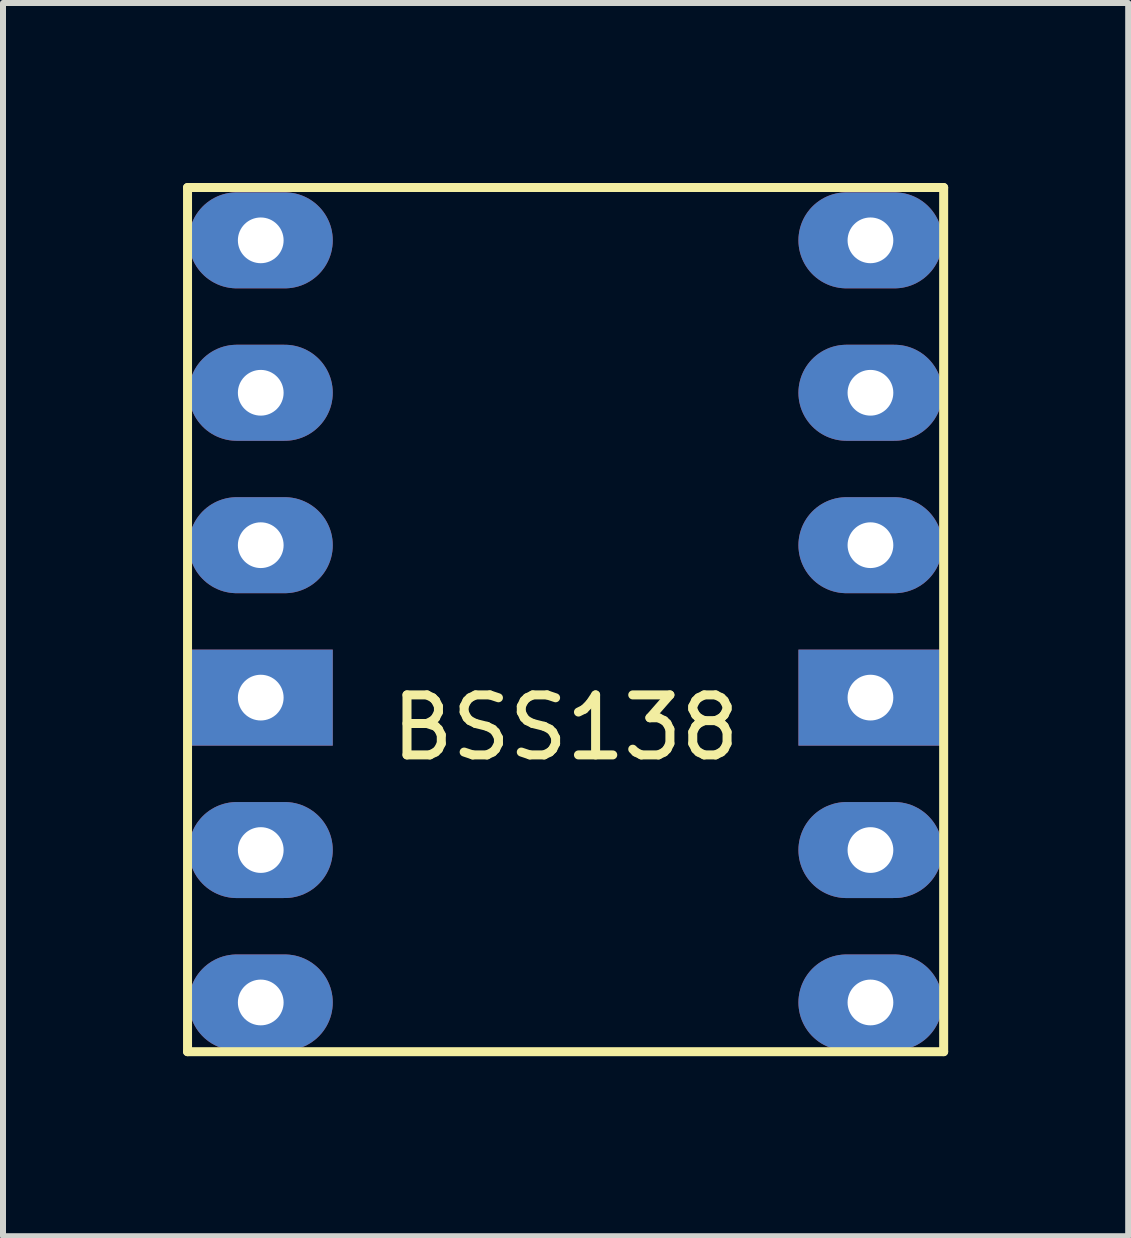
<source format=kicad_pcb>
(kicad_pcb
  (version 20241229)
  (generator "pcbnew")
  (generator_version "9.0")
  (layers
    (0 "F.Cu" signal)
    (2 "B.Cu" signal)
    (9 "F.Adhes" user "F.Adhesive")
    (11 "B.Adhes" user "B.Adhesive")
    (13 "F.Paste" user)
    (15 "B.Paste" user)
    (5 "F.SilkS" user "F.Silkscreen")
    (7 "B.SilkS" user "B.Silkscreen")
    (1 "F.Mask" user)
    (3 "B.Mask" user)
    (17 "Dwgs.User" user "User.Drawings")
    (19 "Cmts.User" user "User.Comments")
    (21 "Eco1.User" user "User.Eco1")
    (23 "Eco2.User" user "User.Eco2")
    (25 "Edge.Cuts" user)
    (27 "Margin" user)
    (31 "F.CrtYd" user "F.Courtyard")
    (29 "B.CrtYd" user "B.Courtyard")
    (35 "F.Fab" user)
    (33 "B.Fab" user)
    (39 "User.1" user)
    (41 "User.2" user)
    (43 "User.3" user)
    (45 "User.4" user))
  (footprint "BSS138"
    (layer "F.Cu")
    (at 6.375 8.575)
    (property "Reference" "BSS138" (at 0 0.5 0) (layer "F.SilkS") (effects (font (size 1 1) (thickness 0.15))))
    (attr through_hole)
    (fp_line (start -6.3 -8.5) (end -6.3 5.9) (stroke (width 0.15) (type solid)) (layer "F.SilkS"))
    (fp_line (start -6.3 5.9) (end 6.3 5.9) (stroke (width 0.15) (type solid)) (layer "F.SilkS"))
    (fp_line (start 6.3 -8.5) (end -6.3 -8.5) (stroke (width 0.15) (type solid)) (layer "F.SilkS"))
    (fp_line (start 6.3 5.9) (end 6.3 -8.5) (stroke (width 0.15) (type solid)) (layer "F.SilkS"))
    (pad "1" thru_hole oval (at -5.08 -7.62) (size 2.4 1.6) (drill 0.762) (layers "*.Cu" "*.Mask"))
    (pad "2" thru_hole oval (at -5.08 -5.08) (size 2.4 1.6) (drill 0.762) (layers "*.Cu" "*.Mask"))
    (pad "3" thru_hole oval (at -5.08 -2.54) (size 2.4 1.6) (drill 0.762) (layers "*.Cu" "*.Mask"))
    (pad "4" thru_hole rect (at -5.08 0) (size 2.4 1.6) (drill 0.762) (layers "*.Cu" "*.Mask"))
    (pad "5" thru_hole oval (at -5.08 2.54) (size 2.4 1.6) (drill 0.762) (layers "*.Cu" "*.Mask"))
    (pad "6" thru_hole oval (at -5.08 5.08) (size 2.4 1.6) (drill 0.762) (layers "*.Cu" "*.Mask"))
    (pad "7" thru_hole oval (at 5.08 5.08) (size 2.4 1.6) (drill 0.762) (layers "*.Cu" "*.Mask"))
    (pad "8" thru_hole oval (at 5.08 2.54) (size 2.4 1.6) (drill 0.762) (layers "*.Cu" "*.Mask"))
    (pad "9" thru_hole rect (at 5.08 0) (size 2.4 1.6) (drill 0.762) (layers "*.Cu" "*.Mask"))
    (pad "10" thru_hole oval (at 5.08 -2.54) (size 2.4 1.6) (drill 0.762) (layers "*.Cu" "*.Mask"))
    (pad "11" thru_hole oval (at 5.08 -5.08) (size 2.4 1.6) (drill 0.762) (layers "*.Cu" "*.Mask"))
    (pad "12" thru_hole oval (at 5.08 -7.62) (size 2.4 1.6) (drill 0.762) (layers "*.Cu" "*.Mask")))
  (gr_rect
    (start -3 -3)
    (end 15.75 17.55)
    (stroke (width 0.1) (type default))
    (fill no)
    (layer "Edge.Cuts")))
</source>
